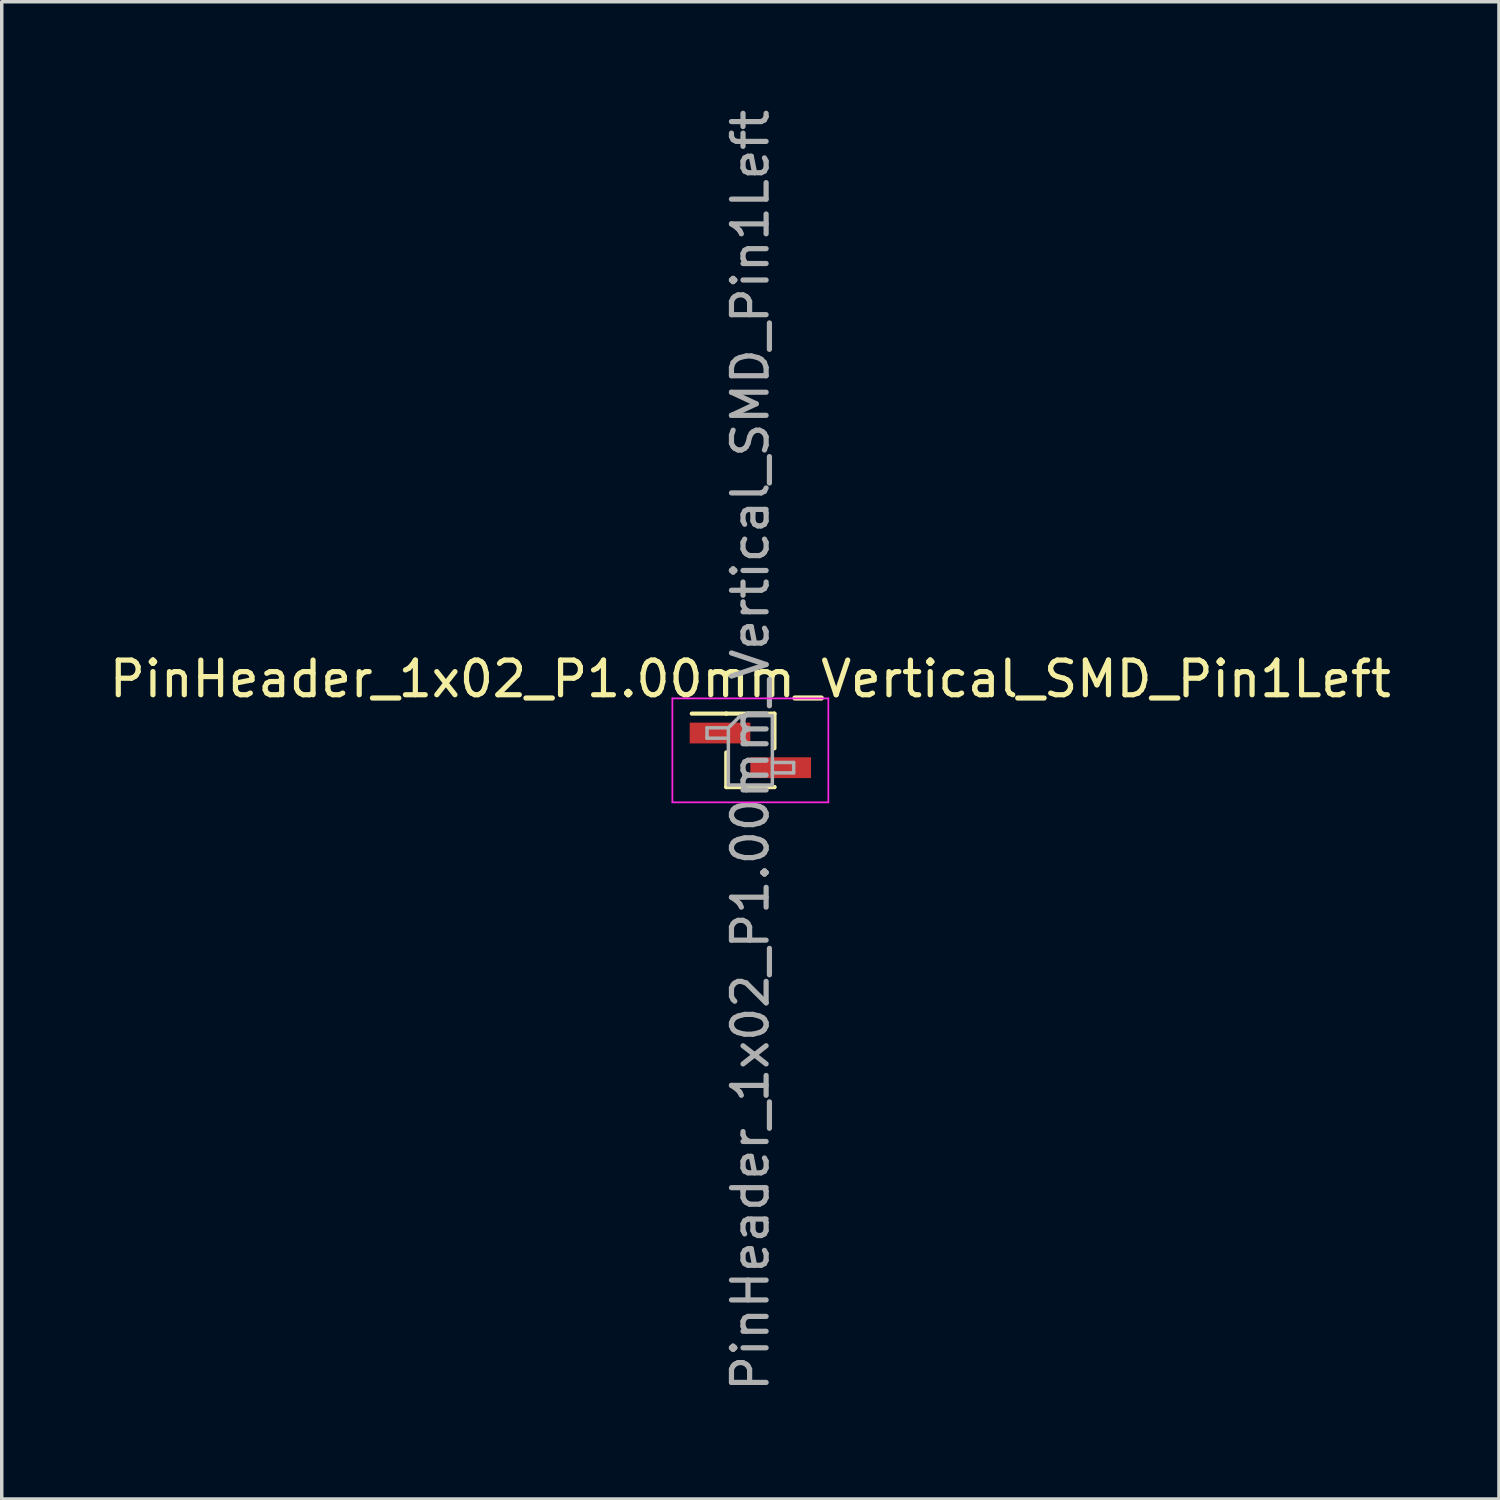
<source format=kicad_pcb>
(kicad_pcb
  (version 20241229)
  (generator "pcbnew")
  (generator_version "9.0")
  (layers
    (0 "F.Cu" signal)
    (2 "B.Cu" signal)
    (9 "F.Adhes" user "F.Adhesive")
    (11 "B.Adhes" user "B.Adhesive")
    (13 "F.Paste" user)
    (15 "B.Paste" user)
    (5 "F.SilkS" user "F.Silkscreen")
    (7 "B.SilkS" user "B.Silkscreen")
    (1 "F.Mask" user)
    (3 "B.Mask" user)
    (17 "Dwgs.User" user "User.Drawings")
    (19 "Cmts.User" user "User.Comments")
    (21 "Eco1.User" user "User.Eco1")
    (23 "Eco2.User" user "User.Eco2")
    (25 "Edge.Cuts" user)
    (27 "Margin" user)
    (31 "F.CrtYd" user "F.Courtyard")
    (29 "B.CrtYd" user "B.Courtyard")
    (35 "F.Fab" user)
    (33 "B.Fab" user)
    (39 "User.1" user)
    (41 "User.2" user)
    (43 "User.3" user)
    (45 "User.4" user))
  (footprint "PinHeader_1x02_P1.00mm_Vertical_SMD_Pin1Left"
    (layer "F.Cu")
    (at 18.601 18.601)
    (property "Reference" "PinHeader_1x02_P1.00mm_Vertical_SMD_Pin1Left" (at 0 -2.06 0) (layer "F.SilkS") (effects (font (size 1 1) (thickness 0.15))))
    (attr smd)
    (fp_line (start -0.695 -1.06) (end -1.69 -1.06) (stroke (width 0.12) (type solid)) (layer "F.SilkS"))
    (fp_line (start -0.695 -1.06) (end -0.695 -1.06) (stroke (width 0.12) (type solid)) (layer "F.SilkS"))
    (fp_line (start -0.695 -1.06) (end 0.695 -1.06) (stroke (width 0.12) (type solid)) (layer "F.SilkS"))
    (fp_line (start -0.695 0.06) (end -0.695 1.06) (stroke (width 0.12) (type solid)) (layer "F.SilkS"))
    (fp_line (start -0.695 1.06) (end 0.695 1.06) (stroke (width 0.12) (type solid)) (layer "F.SilkS"))
    (fp_line (start 0.695 -1.06) (end 0.695 -0.06) (stroke (width 0.12) (type solid)) (layer "F.SilkS"))
    (fp_line (start 0.695 1.06) (end 0.695 1.06) (stroke (width 0.12) (type solid)) (layer "F.SilkS"))
    (fp_line (start -2.25 -1.5) (end -2.25 1.5) (stroke (width 0.05) (type solid)) (layer "F.CrtYd"))
    (fp_line (start -2.25 1.5) (end 2.25 1.5) (stroke (width 0.05) (type solid)) (layer "F.CrtYd"))
    (fp_line (start 2.25 -1.5) (end -2.25 -1.5) (stroke (width 0.05) (type solid)) (layer "F.CrtYd"))
    (fp_line (start 2.25 1.5) (end 2.25 -1.5) (stroke (width 0.05) (type solid)) (layer "F.CrtYd"))
    (fp_line (start -1.25 -0.65) (end -1.25 -0.35) (stroke (width 0.1) (type solid)) (layer "F.Fab"))
    (fp_line (start -1.25 -0.35) (end -0.635 -0.35) (stroke (width 0.1) (type solid)) (layer "F.Fab"))
    (fp_line (start -0.635 -0.65) (end -1.25 -0.65) (stroke (width 0.1) (type solid)) (layer "F.Fab"))
    (fp_line (start -0.635 -0.65) (end -0.285 -1) (stroke (width 0.1) (type solid)) (layer "F.Fab"))
    (fp_line (start -0.635 1) (end -0.635 -0.65) (stroke (width 0.1) (type solid)) (layer "F.Fab"))
    (fp_line (start -0.285 -1) (end 0.635 -1) (stroke (width 0.1) (type solid)) (layer "F.Fab"))
    (fp_line (start 0.635 -1) (end 0.635 1) (stroke (width 0.1) (type solid)) (layer "F.Fab"))
    (fp_line (start 0.635 0.35) (end 1.25 0.35) (stroke (width 0.1) (type solid)) (layer "F.Fab"))
    (fp_line (start 0.635 1) (end -0.635 1) (stroke (width 0.1) (type solid)) (layer "F.Fab"))
    (fp_line (start 1.25 0.35) (end 1.25 0.65) (stroke (width 0.1) (type solid)) (layer "F.Fab"))
    (fp_line (start 1.25 0.65) (end 0.635 0.65) (stroke (width 0.1) (type solid)) (layer "F.Fab"))
    (fp_text user "${REFERENCE}" (at 0 0 90) (layer "F.Fab") (effects (font (size 1 1) (thickness 0.15))))
    (pad "1" smd rect (at -0.875 -0.5) (size 1.75 0.6) (layers "F.Cu" "F.Mask" "F.Paste"))
    (pad "2" smd rect (at 0.875 0.5) (size 1.75 0.6) (layers "F.Cu" "F.Mask" "F.Paste")))
  (gr_rect
    (start -3 -3)
    (end 40.202 40.202)
    (stroke (width 0.1) (type default))
    (fill no)
    (layer "Edge.Cuts")))
</source>
